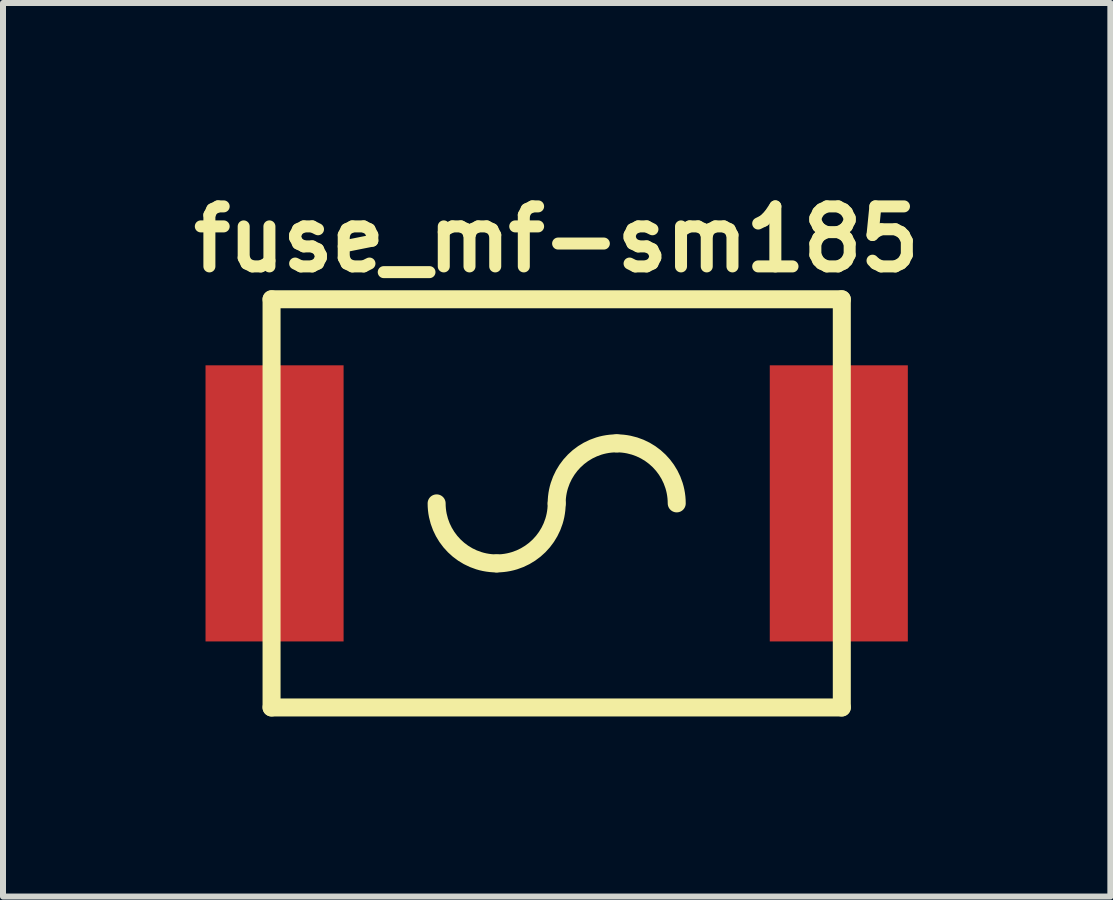
<source format=kicad_pcb>
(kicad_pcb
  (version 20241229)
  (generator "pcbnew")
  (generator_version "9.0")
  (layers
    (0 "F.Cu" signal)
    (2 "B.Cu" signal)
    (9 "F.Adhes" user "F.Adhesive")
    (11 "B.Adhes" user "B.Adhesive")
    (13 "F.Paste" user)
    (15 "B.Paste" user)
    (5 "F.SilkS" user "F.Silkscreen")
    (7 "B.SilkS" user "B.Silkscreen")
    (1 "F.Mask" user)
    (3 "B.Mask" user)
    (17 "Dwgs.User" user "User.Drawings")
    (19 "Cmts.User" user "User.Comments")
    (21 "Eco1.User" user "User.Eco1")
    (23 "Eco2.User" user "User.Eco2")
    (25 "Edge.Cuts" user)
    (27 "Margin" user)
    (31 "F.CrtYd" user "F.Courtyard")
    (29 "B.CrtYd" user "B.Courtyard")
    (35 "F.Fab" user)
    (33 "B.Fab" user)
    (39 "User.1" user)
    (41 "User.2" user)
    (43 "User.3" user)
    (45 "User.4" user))
  (footprint "fuse_mf-sm185"
    (layer "F.Cu")
    (at 6.224 5.336)
    (property "Reference" "fuse_mf-sm185" (at 0 -4.4 0) (layer "F.SilkS") (effects (font (size 1 1) (thickness 0.2))))
    (attr through_hole)
    (fp_line (start -4.75 -3.4) (end 4.75 -3.4) (stroke (width 0.3) (type solid)) (layer "F.SilkS"))
    (fp_line (start -4.75 3.4) (end -4.75 -3.4) (stroke (width 0.3) (type solid)) (layer "F.SilkS"))
    (fp_line (start -4.75 3.4) (end 4.75 3.4) (stroke (width 0.3) (type solid)) (layer "F.SilkS"))
    (fp_line (start 4.75 -3.4) (end 4.75 3.4) (stroke (width 0.3) (type solid)) (layer "F.SilkS"))
    (fp_arc (start -1 1) (mid -1.707107 0.707107) (end -2 0) (stroke (width 0.3) (type solid)) (layer "F.SilkS"))
    (fp_arc (start 0 0) (mid -0.292893 0.707107) (end -1 1) (stroke (width 0.3) (type solid)) (layer "F.SilkS"))
    (fp_arc (start 0 0) (mid 0.292893 -0.707107) (end 1 -1) (stroke (width 0.3) (type solid)) (layer "F.SilkS"))
    (fp_arc (start 1 -1) (mid 1.707107 -0.707107) (end 2 0) (stroke (width 0.3) (type solid)) (layer "F.SilkS"))
    (pad "1" smd rect (at -4.7 0) (size 2.3 4.6) (layers "F.Cu" "F.Mask" "F.Paste"))
    (pad "2" smd rect (at 4.7 0) (size 2.3 4.6) (layers "F.Cu" "F.Mask" "F.Paste")))
  (gr_rect
    (start -3 -3)
    (end 15.448 11.886)
    (stroke (width 0.1) (type default))
    (fill no)
    (layer "Edge.Cuts")))
</source>
